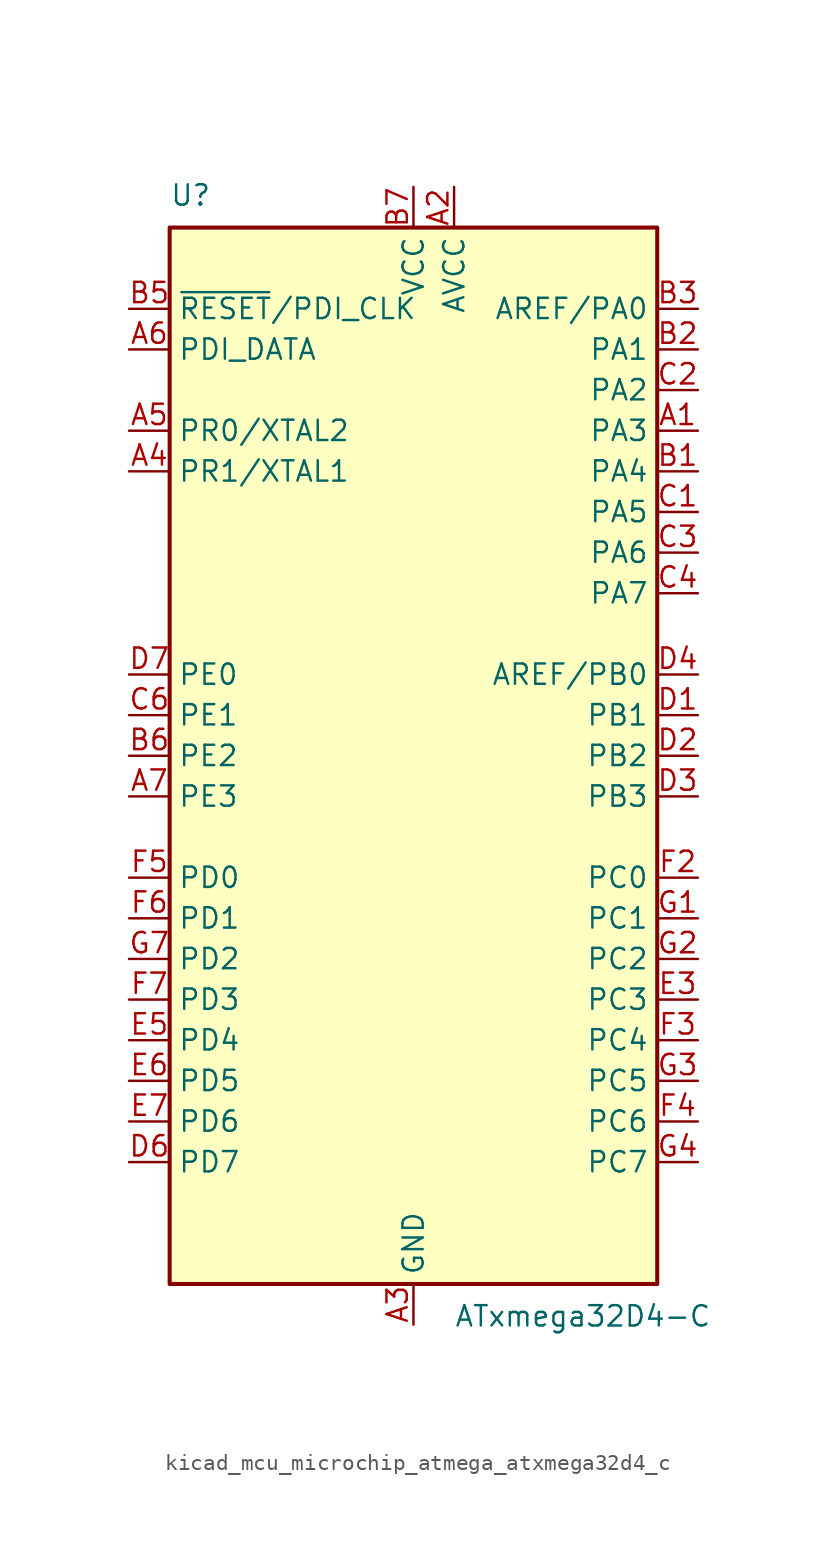
<source format=kicad_sym>
(kicad_symbol_lib
  (version 20220914)
  (generator kicad_symbol_editor)
  (symbol "kicad_mcu_microchip_atmega_atxmega32d4_c"
    (property "Reference" "U"
      (at -15.24 34.29 0)
      (effects (font (size 1.27 1.27)) (justify left bottom)))
    (property "Value" "ATxmega32D4-C"
      (at 2.54 -34.29 0)
      (effects (font (size 1.27 1.27)) (justify left top)))
    (symbol "kicad_mcu_microchip_atmega_atxmega32d4_c_0_1"
      (rectangle (start -15.24 -33.02) (end 15.24 33.02) (stroke (width 0.254) (type default)) (fill (type background))))
    (symbol "kicad_mcu_microchip_atmega_atxmega32d4_c_1_1"
      (pin bidirectional line (at 17.78 20.32 180) (length 2.54) (name "PA3" (effects (font (size 1.27 1.27)))) (number "A1" (effects (font (size 1.27 1.27)))))
      (pin power_in line (at 2.54 35.56 270) (length 2.54) (name "AVCC" (effects (font (size 1.27 1.27)))) (number "A2" (effects (font (size 1.27 1.27)))))
      (pin power_in line (at 0 -35.56 90) (length 2.54) (name "GND" (effects (font (size 1.27 1.27)))) (number "A3" (effects (font (size 1.27 1.27)))))
      (pin bidirectional line (at -17.78 17.78 0) (length 2.54) (name "PR1/XTAL1" (effects (font (size 1.27 1.27)))) (number "A4" (effects (font (size 1.27 1.27)))))
      (pin bidirectional line (at -17.78 20.32 0) (length 2.54) (name "PR0/XTAL2" (effects (font (size 1.27 1.27)))) (number "A5" (effects (font (size 1.27 1.27)))))
      (pin bidirectional line (at -17.78 25.4 0) (length 2.54) (name "PDI_DATA" (effects (font (size 1.27 1.27)))) (number "A6" (effects (font (size 1.27 1.27)))))
      (pin bidirectional line (at -17.78 -2.54 0) (length 2.54) (name "PE3" (effects (font (size 1.27 1.27)))) (number "A7" (effects (font (size 1.27 1.27)))))
      (pin bidirectional line (at 17.78 17.78 180) (length 2.54) (name "PA4" (effects (font (size 1.27 1.27)))) (number "B1" (effects (font (size 1.27 1.27)))))
      (pin bidirectional line (at 17.78 25.4 180) (length 2.54) (name "PA1" (effects (font (size 1.27 1.27)))) (number "B2" (effects (font (size 1.27 1.27)))))
      (pin bidirectional line (at 17.78 27.94 180) (length 2.54) (name "AREF/PA0" (effects (font (size 1.27 1.27)))) (number "B3" (effects (font (size 1.27 1.27)))))
      (pin passive line (at 0 -35.56 90) (length 2.54) hide (name "GND" (effects (font (size 1.27 1.27)))) (number "B4" (effects (font (size 1.27 1.27)))))
      (pin input line (at -17.78 27.94 0) (length 2.54) (name "~{RESET}/PDI_CLK" (effects (font (size 1.27 1.27)))) (number "B5" (effects (font (size 1.27 1.27)))))
      (pin bidirectional line (at -17.78 0 0) (length 2.54) (name "PE2" (effects (font (size 1.27 1.27)))) (number "B6" (effects (font (size 1.27 1.27)))))
      (pin power_in line (at 0 35.56 270) (length 2.54) (name "VCC" (effects (font (size 1.27 1.27)))) (number "B7" (effects (font (size 1.27 1.27)))))
      (pin bidirectional line (at 17.78 15.24 180) (length 2.54) (name "PA5" (effects (font (size 1.27 1.27)))) (number "C1" (effects (font (size 1.27 1.27)))))
      (pin bidirectional line (at 17.78 22.86 180) (length 2.54) (name "PA2" (effects (font (size 1.27 1.27)))) (number "C2" (effects (font (size 1.27 1.27)))))
      (pin bidirectional line (at 17.78 12.7 180) (length 2.54) (name "PA6" (effects (font (size 1.27 1.27)))) (number "C3" (effects (font (size 1.27 1.27)))))
      (pin bidirectional line (at 17.78 10.16 180) (length 2.54) (name "PA7" (effects (font (size 1.27 1.27)))) (number "C4" (effects (font (size 1.27 1.27)))))
      (pin passive line (at 0 -35.56 90) (length 2.54) hide (name "GND" (effects (font (size 1.27 1.27)))) (number "C5" (effects (font (size 1.27 1.27)))))
      (pin bidirectional line (at -17.78 2.54 0) (length 2.54) (name "PE1" (effects (font (size 1.27 1.27)))) (number "C6" (effects (font (size 1.27 1.27)))))
      (pin passive line (at 0 -35.56 90) (length 2.54) hide (name "GND" (effects (font (size 1.27 1.27)))) (number "C7" (effects (font (size 1.27 1.27)))))
      (pin bidirectional line (at 17.78 2.54 180) (length 2.54) (name "PB1" (effects (font (size 1.27 1.27)))) (number "D1" (effects (font (size 1.27 1.27)))))
      (pin bidirectional line (at 17.78 0 180) (length 2.54) (name "PB2" (effects (font (size 1.27 1.27)))) (number "D2" (effects (font (size 1.27 1.27)))))
      (pin bidirectional line (at 17.78 -2.54 180) (length 2.54) (name "PB3" (effects (font (size 1.27 1.27)))) (number "D3" (effects (font (size 1.27 1.27)))))
      (pin bidirectional line (at 17.78 5.08 180) (length 2.54) (name "AREF/PB0" (effects (font (size 1.27 1.27)))) (number "D4" (effects (font (size 1.27 1.27)))))
      (pin passive line (at 0 -35.56 90) (length 2.54) hide (name "GND" (effects (font (size 1.27 1.27)))) (number "D5" (effects (font (size 1.27 1.27)))))
      (pin bidirectional line (at -17.78 -25.4 0) (length 2.54) (name "PD7" (effects (font (size 1.27 1.27)))) (number "D6" (effects (font (size 1.27 1.27)))))
      (pin bidirectional line (at -17.78 5.08 0) (length 2.54) (name "PE0" (effects (font (size 1.27 1.27)))) (number "D7" (effects (font (size 1.27 1.27)))))
      (pin passive line (at 0 -35.56 90) (length 2.54) hide (name "GND" (effects (font (size 1.27 1.27)))) (number "E1" (effects (font (size 1.27 1.27)))))
      (pin passive line (at 0 -35.56 90) (length 2.54) hide (name "GND" (effects (font (size 1.27 1.27)))) (number "E2" (effects (font (size 1.27 1.27)))))
      (pin bidirectional line (at 17.78 -15.24 180) (length 2.54) (name "PC3" (effects (font (size 1.27 1.27)))) (number "E3" (effects (font (size 1.27 1.27)))))
      (pin passive line (at 0 -35.56 90) (length 2.54) hide (name "GND" (effects (font (size 1.27 1.27)))) (number "E4" (effects (font (size 1.27 1.27)))))
      (pin bidirectional line (at -17.78 -17.78 0) (length 2.54) (name "PD4" (effects (font (size 1.27 1.27)))) (number "E5" (effects (font (size 1.27 1.27)))))
      (pin bidirectional line (at -17.78 -20.32 0) (length 2.54) (name "PD5" (effects (font (size 1.27 1.27)))) (number "E6" (effects (font (size 1.27 1.27)))))
      (pin bidirectional line (at -17.78 -22.86 0) (length 2.54) (name "PD6" (effects (font (size 1.27 1.27)))) (number "E7" (effects (font (size 1.27 1.27)))))
      (pin passive line (at 0 35.56 270) (length 2.54) hide (name "VCC" (effects (font (size 1.27 1.27)))) (number "F1" (effects (font (size 1.27 1.27)))))
      (pin bidirectional line (at 17.78 -7.62 180) (length 2.54) (name "PC0" (effects (font (size 1.27 1.27)))) (number "F2" (effects (font (size 1.27 1.27)))))
      (pin bidirectional line (at 17.78 -17.78 180) (length 2.54) (name "PC4" (effects (font (size 1.27 1.27)))) (number "F3" (effects (font (size 1.27 1.27)))))
      (pin bidirectional line (at 17.78 -22.86 180) (length 2.54) (name "PC6" (effects (font (size 1.27 1.27)))) (number "F4" (effects (font (size 1.27 1.27)))))
      (pin bidirectional line (at -17.78 -7.62 0) (length 2.54) (name "PD0" (effects (font (size 1.27 1.27)))) (number "F5" (effects (font (size 1.27 1.27)))))
      (pin bidirectional line (at -17.78 -10.16 0) (length 2.54) (name "PD1" (effects (font (size 1.27 1.27)))) (number "F6" (effects (font (size 1.27 1.27)))))
      (pin bidirectional line (at -17.78 -15.24 0) (length 2.54) (name "PD3" (effects (font (size 1.27 1.27)))) (number "F7" (effects (font (size 1.27 1.27)))))
      (pin bidirectional line (at 17.78 -10.16 180) (length 2.54) (name "PC1" (effects (font (size 1.27 1.27)))) (number "G1" (effects (font (size 1.27 1.27)))))
      (pin bidirectional line (at 17.78 -12.7 180) (length 2.54) (name "PC2" (effects (font (size 1.27 1.27)))) (number "G2" (effects (font (size 1.27 1.27)))))
      (pin bidirectional line (at 17.78 -20.32 180) (length 2.54) (name "PC5" (effects (font (size 1.27 1.27)))) (number "G3" (effects (font (size 1.27 1.27)))))
      (pin bidirectional line (at 17.78 -25.4 180) (length 2.54) (name "PC7" (effects (font (size 1.27 1.27)))) (number "G4" (effects (font (size 1.27 1.27)))))
      (pin passive line (at 0 -35.56 90) (length 2.54) hide (name "GND" (effects (font (size 1.27 1.27)))) (number "G5" (effects (font (size 1.27 1.27)))))
      (pin passive line (at 0 35.56 270) (length 2.54) hide (name "VCC" (effects (font (size 1.27 1.27)))) (number "G6" (effects (font (size 1.27 1.27)))))
      (pin bidirectional line (at -17.78 -12.7 0) (length 2.54) (name "PD2" (effects (font (size 1.27 1.27)))) (number "G7" (effects (font (size 1.27 1.27))))))))
</source>
